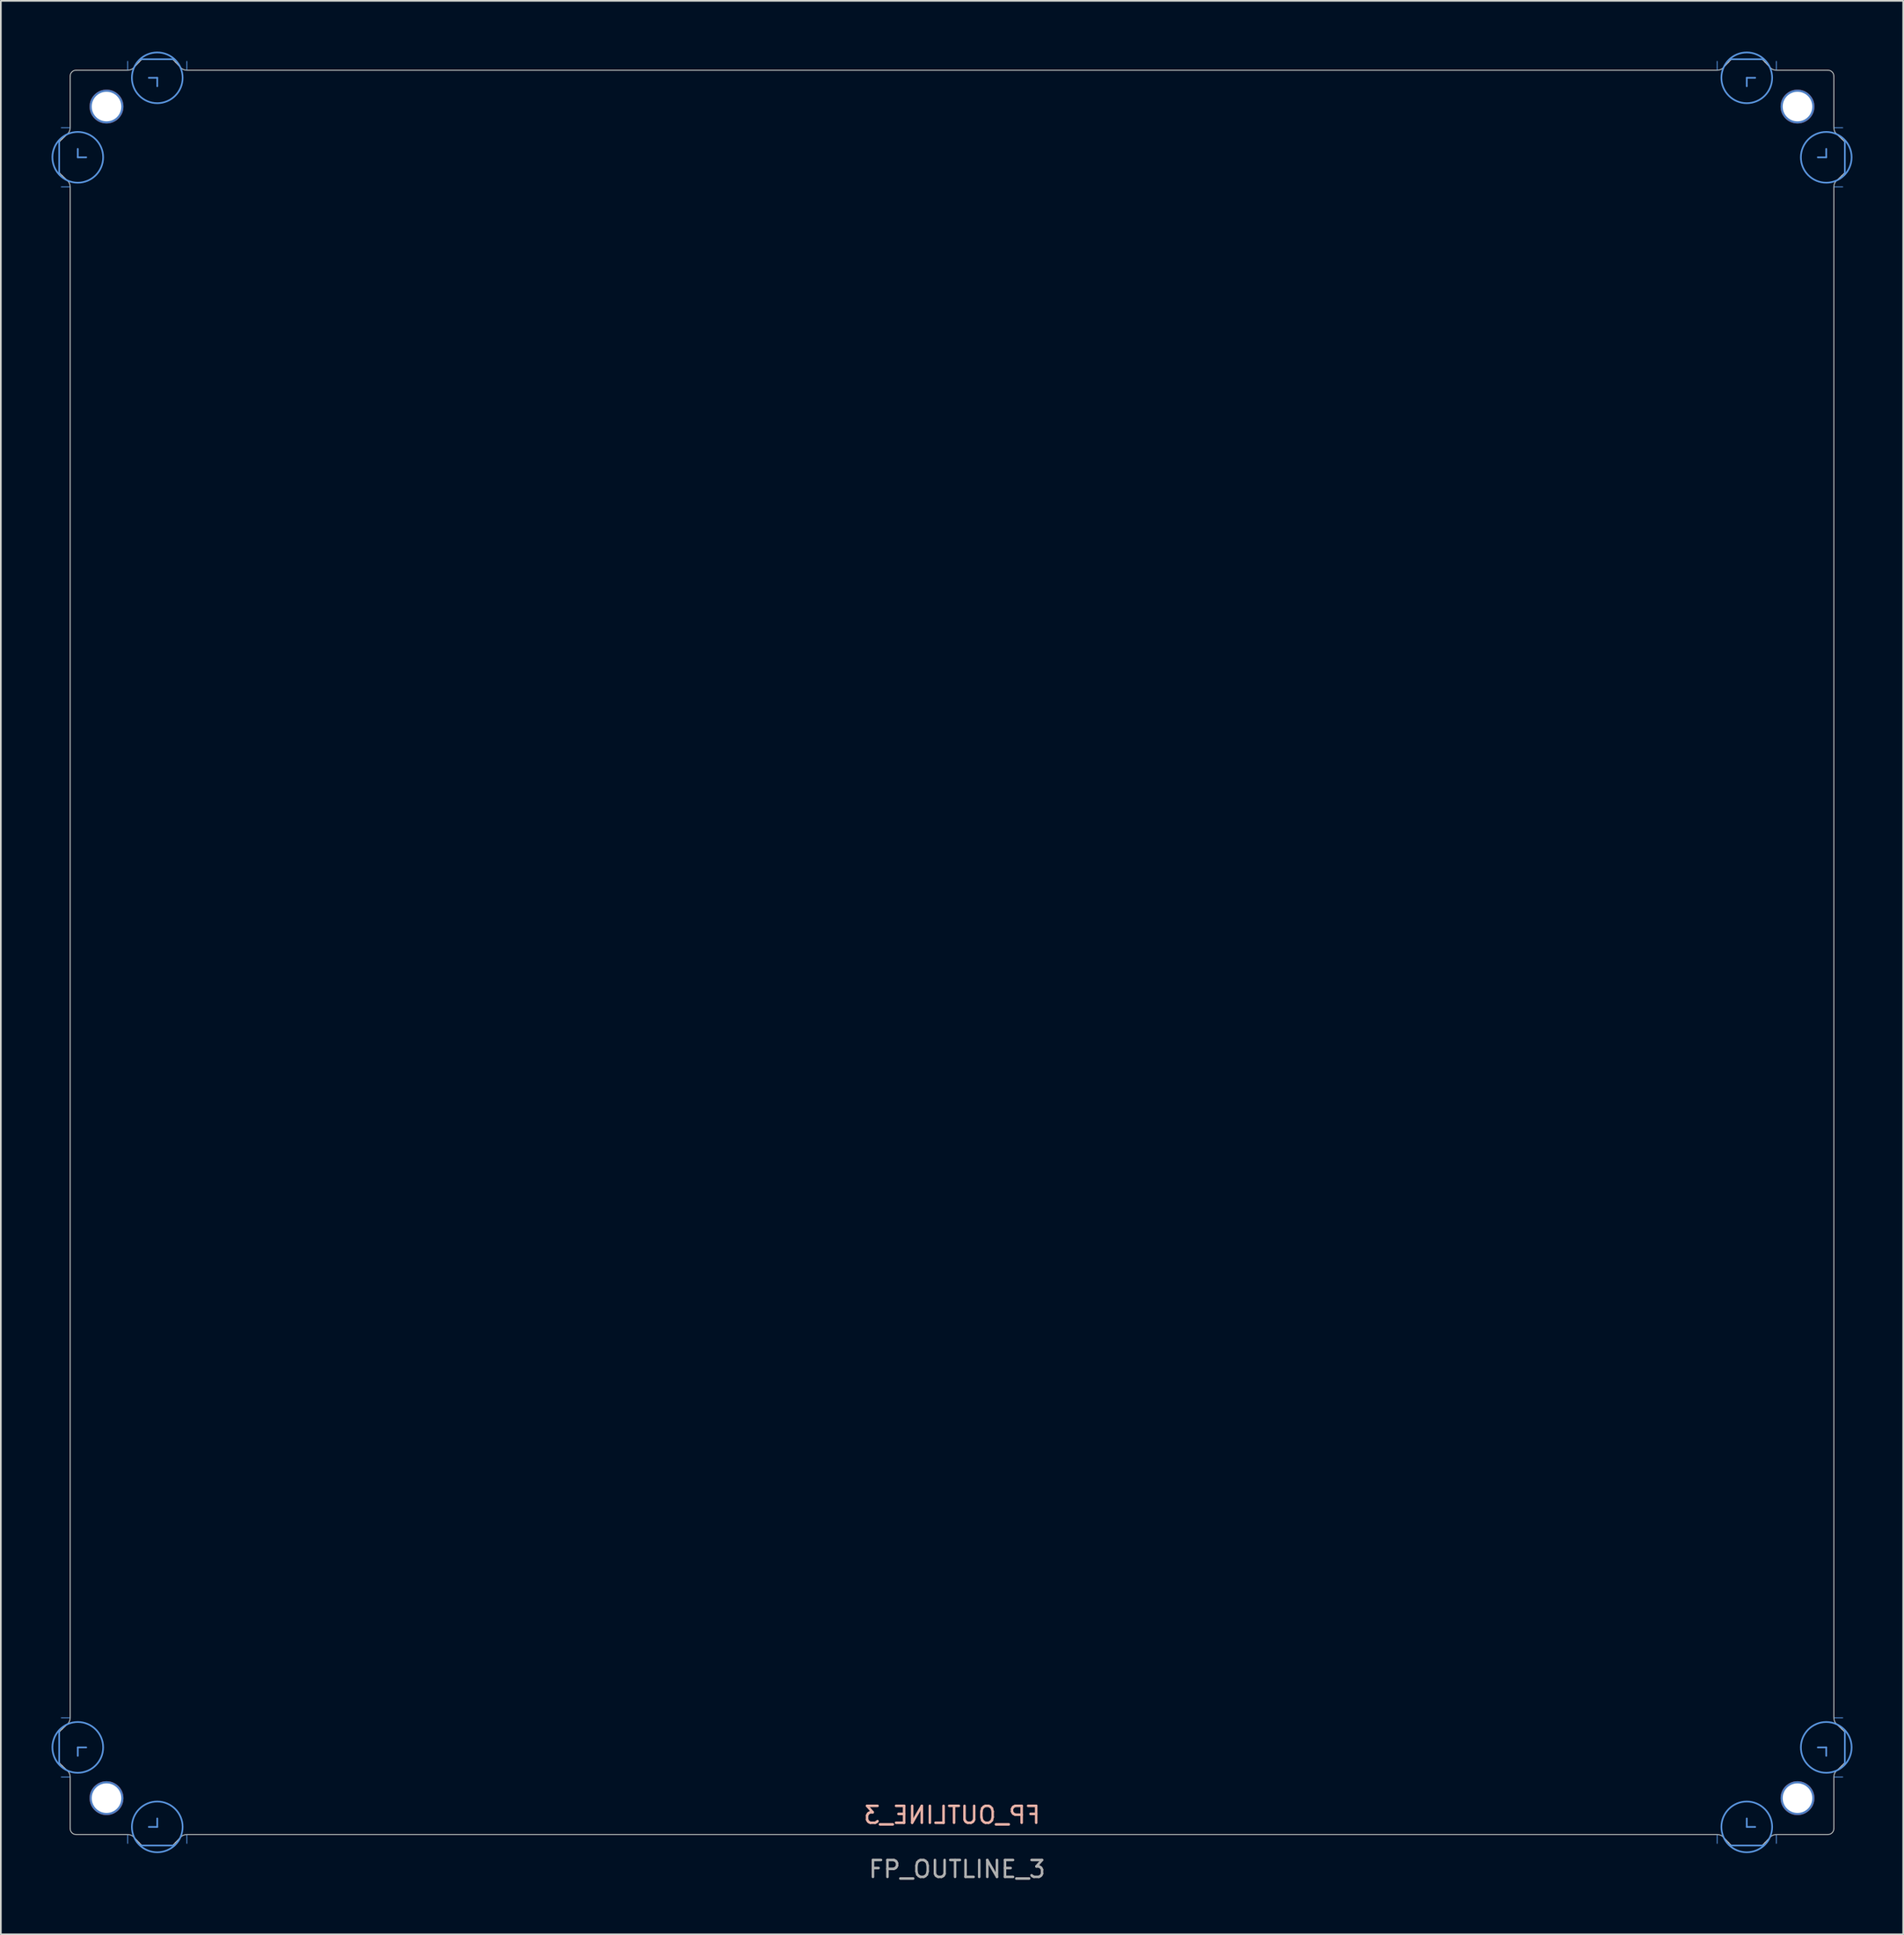
<source format=kicad_pcb>
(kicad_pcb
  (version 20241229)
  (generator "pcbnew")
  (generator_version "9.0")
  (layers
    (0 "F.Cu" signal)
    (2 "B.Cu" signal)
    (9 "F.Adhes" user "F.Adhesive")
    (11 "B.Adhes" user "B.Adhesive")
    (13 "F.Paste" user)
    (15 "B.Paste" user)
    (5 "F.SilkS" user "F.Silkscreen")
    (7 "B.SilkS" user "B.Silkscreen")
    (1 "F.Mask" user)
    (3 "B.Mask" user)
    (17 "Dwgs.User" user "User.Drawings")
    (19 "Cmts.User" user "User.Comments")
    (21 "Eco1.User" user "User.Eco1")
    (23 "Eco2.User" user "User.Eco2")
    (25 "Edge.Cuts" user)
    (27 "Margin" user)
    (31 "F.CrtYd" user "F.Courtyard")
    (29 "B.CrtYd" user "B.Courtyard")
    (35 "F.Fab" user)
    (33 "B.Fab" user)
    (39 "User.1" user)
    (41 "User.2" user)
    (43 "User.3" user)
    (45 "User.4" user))
  (footprint "FP_OUTLINE_3"
    (layer "F.Cu")
    (at 53.25 53.25)
    (property "Reference" "FP_OUTLINE_3" (at 0 51 0) (layer "B.SilkS") (effects (font (size 1 1) (thickness 0.15)) (justify mirror)))
    (attr exclude_from_pos_files exclude_from_bom)
    (fp_line (start -52.8 -46) (end -52.8 -48) (stroke (width 0.1) (type default)) (layer "Cmts.User"))
    (fp_line (start -52.8 46) (end -52.8 48) (stroke (width 0.1) (type default)) (layer "Cmts.User"))
    (fp_line (start -52.175 -48.75) (end -52.675 -48.75) (stroke (width 0.05) (type default)) (layer "Cmts.User"))
    (fp_line (start -52.175 -45.25) (end -52.675 -45.25) (stroke (width 0.05) (type default)) (layer "Cmts.User"))
    (fp_line (start -52.175 45.25) (end -52.675 45.25) (stroke (width 0.05) (type default)) (layer "Cmts.User"))
    (fp_line (start -52.175 48.75) (end -52.675 48.75) (stroke (width 0.05) (type default)) (layer "Cmts.User"))
    (fp_line (start -51.7 -47) (end -51.7 -47.5) (stroke (width 0.1) (type default)) (layer "Cmts.User"))
    (fp_line (start -51.7 -47) (end -51.2 -47) (stroke (width 0.1) (type default)) (layer "Cmts.User"))
    (fp_line (start -51.7 47) (end -51.7 47.5) (stroke (width 0.1) (type default)) (layer "Cmts.User"))
    (fp_line (start -51.7 47) (end -51.2 47) (stroke (width 0.1) (type default)) (layer "Cmts.User"))
    (fp_line (start -48.75 -52.175) (end -48.75 -52.675) (stroke (width 0.05) (type default)) (layer "Cmts.User"))
    (fp_line (start -48.75 52.175) (end -48.75 52.675) (stroke (width 0.05) (type default)) (layer "Cmts.User"))
    (fp_line (start -47 -51.7) (end -47.5 -51.7) (stroke (width 0.1) (type default)) (layer "Cmts.User"))
    (fp_line (start -47 -51.7) (end -47 -51.2) (stroke (width 0.1) (type default)) (layer "Cmts.User"))
    (fp_line (start -47 51.7) (end -47.5 51.7) (stroke (width 0.1) (type default)) (layer "Cmts.User"))
    (fp_line (start -47 51.7) (end -47 51.2) (stroke (width 0.1) (type default)) (layer "Cmts.User"))
    (fp_line (start -46 -52.8) (end -48 -52.8) (stroke (width 0.1) (type default)) (layer "Cmts.User"))
    (fp_line (start -46 52.8) (end -48 52.8) (stroke (width 0.1) (type default)) (layer "Cmts.User"))
    (fp_line (start -45.25 -52.175) (end -45.25 -52.675) (stroke (width 0.05) (type default)) (layer "Cmts.User"))
    (fp_line (start -45.25 52.175) (end -45.25 52.675) (stroke (width 0.05) (type default)) (layer "Cmts.User"))
    (fp_line (start 45.25 -52.175) (end 45.25 -52.675) (stroke (width 0.05) (type default)) (layer "Cmts.User"))
    (fp_line (start 45.25 52.175) (end 45.25 52.675) (stroke (width 0.05) (type default)) (layer "Cmts.User"))
    (fp_line (start 46 -52.8) (end 48 -52.8) (stroke (width 0.1) (type default)) (layer "Cmts.User"))
    (fp_line (start 46 52.8) (end 48 52.8) (stroke (width 0.1) (type default)) (layer "Cmts.User"))
    (fp_line (start 47 -51.7) (end 47 -51.2) (stroke (width 0.1) (type default)) (layer "Cmts.User"))
    (fp_line (start 47 -51.7) (end 47.5 -51.7) (stroke (width 0.1) (type default)) (layer "Cmts.User"))
    (fp_line (start 47 51.7) (end 47 51.2) (stroke (width 0.1) (type default)) (layer "Cmts.User"))
    (fp_line (start 47 51.7) (end 47.5 51.7) (stroke (width 0.1) (type default)) (layer "Cmts.User"))
    (fp_line (start 48.75 -52.175) (end 48.75 -52.675) (stroke (width 0.05) (type default)) (layer "Cmts.User"))
    (fp_line (start 48.75 52.175) (end 48.75 52.675) (stroke (width 0.05) (type default)) (layer "Cmts.User"))
    (fp_line (start 51.7 -47) (end 51.2 -47) (stroke (width 0.1) (type default)) (layer "Cmts.User"))
    (fp_line (start 51.7 -47) (end 51.7 -47.5) (stroke (width 0.1) (type default)) (layer "Cmts.User"))
    (fp_line (start 51.7 47) (end 51.2 47) (stroke (width 0.1) (type default)) (layer "Cmts.User"))
    (fp_line (start 51.7 47) (end 51.7 47.5) (stroke (width 0.1) (type default)) (layer "Cmts.User"))
    (fp_line (start 52.175 -48.75) (end 52.675 -48.75) (stroke (width 0.05) (type default)) (layer "Cmts.User"))
    (fp_line (start 52.175 -45.25) (end 52.675 -45.25) (stroke (width 0.05) (type default)) (layer "Cmts.User"))
    (fp_line (start 52.175 45.25) (end 52.675 45.25) (stroke (width 0.05) (type default)) (layer "Cmts.User"))
    (fp_line (start 52.175 48.75) (end 52.675 48.75) (stroke (width 0.05) (type default)) (layer "Cmts.User"))
    (fp_line (start 52.8 -46) (end 52.8 -48) (stroke (width 0.1) (type default)) (layer "Cmts.User"))
    (fp_line (start 52.8 46) (end 52.8 48) (stroke (width 0.1) (type default)) (layer "Cmts.User"))
    (fp_circle (center -51.7 -47) (end -51.7 -48.5) (stroke (width 0.1) (type default)) (fill no) (layer "Cmts.User"))
    (fp_circle (center -51.7 47) (end -51.7 48.5) (stroke (width 0.1) (type default)) (fill no) (layer "Cmts.User"))
    (fp_circle (center -47 -51.7) (end -48.5 -51.7) (stroke (width 0.1) (type default)) (fill no) (layer "Cmts.User"))
    (fp_circle (center -47 51.7) (end -48.5 51.7) (stroke (width 0.1) (type default)) (fill no) (layer "Cmts.User"))
    (fp_circle (center 47 -51.7) (end 48.5 -51.7) (stroke (width 0.1) (type default)) (fill no) (layer "Cmts.User"))
    (fp_circle (center 47 51.7) (end 48.5 51.7) (stroke (width 0.1) (type default)) (fill no) (layer "Cmts.User"))
    (fp_circle (center 51.7 -47) (end 51.7 -48.5) (stroke (width 0.1) (type default)) (fill no) (layer "Cmts.User"))
    (fp_circle (center 51.7 47) (end 51.7 48.5) (stroke (width 0.1) (type default)) (fill no) (layer "Cmts.User"))
    (fp_line (start -52.8 -46.1) (end -52.8 -47.9) (stroke (width 0.05) (type solid)) (layer "Edge.Cuts"))
    (fp_line (start -52.8 46.1) (end -52.8 47.9) (stroke (width 0.05) (type solid)) (layer "Edge.Cuts"))
    (fp_line (start -52.627 -48.077) (end -52.266 -48.421) (stroke (width 0.05) (type default)) (layer "Edge.Cuts"))
    (fp_line (start -52.627 -45.923) (end -52.266 -45.579) (stroke (width 0.05) (type default)) (layer "Edge.Cuts"))
    (fp_line (start -52.627 45.923) (end -52.266 45.579) (stroke (width 0.05) (type default)) (layer "Edge.Cuts"))
    (fp_line (start -52.627 48.077) (end -52.266 48.421) (stroke (width 0.05) (type default)) (layer "Edge.Cuts"))
    (fp_line (start -52.15 -48.75) (end -52.15 -51.8) (stroke (width 0.05) (type default)) (layer "Edge.Cuts"))
    (fp_line (start -52.15 45.25) (end -52.15 -45.25) (stroke (width 0.05) (type default)) (layer "Edge.Cuts"))
    (fp_line (start -52.15 48.75) (end -52.15 51.8) (stroke (width 0.05) (type default)) (layer "Edge.Cuts"))
    (fp_line (start -48.75 -52.15) (end -51.8 -52.15) (stroke (width 0.05) (type default)) (layer "Edge.Cuts"))
    (fp_line (start -48.75 52.15) (end -51.8 52.15) (stroke (width 0.05) (type default)) (layer "Edge.Cuts"))
    (fp_line (start -48.077 -52.627) (end -48.421 -52.266) (stroke (width 0.05) (type default)) (layer "Edge.Cuts"))
    (fp_line (start -48.077 52.627) (end -48.421 52.266) (stroke (width 0.05) (type default)) (layer "Edge.Cuts"))
    (fp_line (start -46.1 -52.8) (end -47.9 -52.8) (stroke (width 0.05) (type solid)) (layer "Edge.Cuts"))
    (fp_line (start -46.1 52.8) (end -47.9 52.8) (stroke (width 0.05) (type solid)) (layer "Edge.Cuts"))
    (fp_line (start -45.923 -52.627) (end -45.579 -52.266) (stroke (width 0.05) (type default)) (layer "Edge.Cuts"))
    (fp_line (start -45.923 52.627) (end -45.579 52.266) (stroke (width 0.05) (type default)) (layer "Edge.Cuts"))
    (fp_line (start -45.25 -52.15) (end 45.25 -52.15) (stroke (width 0.05) (type default)) (layer "Edge.Cuts"))
    (fp_line (start 45.25 52.15) (end -45.25 52.15) (stroke (width 0.05) (type default)) (layer "Edge.Cuts"))
    (fp_line (start 45.923 -52.627) (end 45.579 -52.266) (stroke (width 0.05) (type default)) (layer "Edge.Cuts"))
    (fp_line (start 45.923 52.627) (end 45.579 52.266) (stroke (width 0.05) (type default)) (layer "Edge.Cuts"))
    (fp_line (start 46.1 -52.8) (end 47.9 -52.8) (stroke (width 0.05) (type solid)) (layer "Edge.Cuts"))
    (fp_line (start 46.1 52.8) (end 47.9 52.8) (stroke (width 0.05) (type solid)) (layer "Edge.Cuts"))
    (fp_line (start 48.077 52.627) (end 48.421 52.266) (stroke (width 0.05) (type default)) (layer "Edge.Cuts"))
    (fp_line (start 48.077 -52.627) (end 48.421 -52.266) (stroke (width 0.05) (type default)) (layer "Edge.Cuts"))
    (fp_line (start 48.75 -52.15) (end 51.8 -52.15) (stroke (width 0.05) (type default)) (layer "Edge.Cuts"))
    (fp_line (start 48.75 52.15) (end 51.8 52.15) (stroke (width 0.05) (type default)) (layer "Edge.Cuts"))
    (fp_line (start 52.15 -48.75) (end 52.15 -51.8) (stroke (width 0.05) (type default)) (layer "Edge.Cuts"))
    (fp_line (start 52.15 -45.25) (end 52.15 45.25) (stroke (width 0.05) (type default)) (layer "Edge.Cuts"))
    (fp_line (start 52.15 48.75) (end 52.15 51.8) (stroke (width 0.05) (type default)) (layer "Edge.Cuts"))
    (fp_line (start 52.627 -48.077) (end 52.266 -48.421) (stroke (width 0.05) (type default)) (layer "Edge.Cuts"))
    (fp_line (start 52.627 -45.923) (end 52.266 -45.579) (stroke (width 0.05) (type default)) (layer "Edge.Cuts"))
    (fp_line (start 52.627 45.923) (end 52.266 45.579) (stroke (width 0.05) (type default)) (layer "Edge.Cuts"))
    (fp_line (start 52.627 48.077) (end 52.266 48.421) (stroke (width 0.05) (type default)) (layer "Edge.Cuts"))
    (fp_line (start 52.8 -46.1) (end 52.8 -47.9) (stroke (width 0.05) (type solid)) (layer "Edge.Cuts"))
    (fp_line (start 52.8 46.1) (end 52.8 47.9) (stroke (width 0.05) (type solid)) (layer "Edge.Cuts"))
    (fp_line (start 52.8 47.9) (end 52.627 48.077) (stroke (width 0.05) (type default)) (layer "Edge.Cuts"))
    (fp_arc (start -52.799999 -47.899999) (mid -52.717353 -47.992466) (end -52.62696 -48.077377) (stroke (width 0.05) (type default)) (layer "Edge.Cuts"))
    (fp_arc (start -52.799999 46.100001) (mid -52.717353 46.007534) (end -52.62696 45.922623) (stroke (width 0.05) (type default)) (layer "Edge.Cuts"))
    (fp_arc (start -52.62696 -45.922623) (mid -52.717353 -46.007534) (end -52.799999 -46.100001) (stroke (width 0.05) (type default)) (layer "Edge.Cuts"))
    (fp_arc (start -52.62696 48.077377) (mid -52.717353 47.992466) (end -52.799999 47.899999) (stroke (width 0.05) (type default)) (layer "Edge.Cuts"))
    (fp_arc (start -52.265506 -45.578542) (mid -52.179718 -45.424127) (end -52.15 -45.25) (stroke (width 0.05) (type default)) (layer "Edge.Cuts"))
    (fp_arc (start -52.265506 48.421458) (mid -52.179718 48.575873) (end -52.15 48.75) (stroke (width 0.05) (type default)) (layer "Edge.Cuts"))
    (fp_arc (start -52.15 -51.8) (mid -52.047488 -52.047488) (end -51.8 -52.15) (stroke (width 0.05) (type default)) (layer "Edge.Cuts"))
    (fp_arc (start -52.15 -48.75) (mid -52.179717 -48.575872) (end -52.265506 -48.421458) (stroke (width 0.05) (type default)) (layer "Edge.Cuts"))
    (fp_arc (start -52.15 45.25) (mid -52.179717 45.424128) (end -52.265506 45.578542) (stroke (width 0.05) (type default)) (layer "Edge.Cuts"))
    (fp_arc (start -51.8 52.15) (mid -52.047488 52.047488) (end -52.15 51.8) (stroke (width 0.05) (type default)) (layer "Edge.Cuts"))
    (fp_arc (start -48.75 52.15) (mid -48.575872 52.179717) (end -48.421458 52.265506) (stroke (width 0.05) (type default)) (layer "Edge.Cuts"))
    (fp_arc (start -48.421458 -52.265506) (mid -48.575873 -52.179718) (end -48.75 -52.15) (stroke (width 0.05) (type default)) (layer "Edge.Cuts"))
    (fp_arc (start -48.077377 -52.62696) (mid -47.992466 -52.717353) (end -47.899999 -52.799999) (stroke (width 0.05) (type default)) (layer "Edge.Cuts"))
    (fp_arc (start -47.899999 52.799999) (mid -47.992466 52.717353) (end -48.077377 52.62696) (stroke (width 0.05) (type default)) (layer "Edge.Cuts"))
    (fp_arc (start -46.100001 -52.799999) (mid -46.007534 -52.717353) (end -45.922623 -52.62696) (stroke (width 0.05) (type default)) (layer "Edge.Cuts"))
    (fp_arc (start -45.922623 52.62696) (mid -46.007534 52.717353) (end -46.100001 52.799999) (stroke (width 0.05) (type default)) (layer "Edge.Cuts"))
    (fp_arc (start -45.578542 52.265506) (mid -45.424127 52.179718) (end -45.25 52.15) (stroke (width 0.05) (type default)) (layer "Edge.Cuts"))
    (fp_arc (start -45.25 -52.15) (mid -45.424128 -52.179717) (end -45.578542 -52.265506) (stroke (width 0.05) (type default)) (layer "Edge.Cuts"))
    (fp_arc (start 45.25 52.15) (mid 45.424127 52.179718) (end 45.578542 52.265506) (stroke (width 0.05) (type default)) (layer "Edge.Cuts"))
    (fp_arc (start 45.578542 -52.265506) (mid 45.424128 -52.179717) (end 45.25 -52.15) (stroke (width 0.05) (type default)) (layer "Edge.Cuts"))
    (fp_arc (start 45.922623 -52.62696) (mid 46.007534 -52.717353) (end 46.100001 -52.799999) (stroke (width 0.05) (type default)) (layer "Edge.Cuts"))
    (fp_arc (start 46.099996 52.799994) (mid 46.007529 52.717348) (end 45.922618 52.626955) (stroke (width 0.05) (type default)) (layer "Edge.Cuts"))
    (fp_arc (start 47.900001 -52.799999) (mid 47.992468 -52.717353) (end 48.077379 -52.62696) (stroke (width 0.05) (type default)) (layer "Edge.Cuts"))
    (fp_arc (start 48.077377 52.62696) (mid 47.992466 52.717353) (end 47.899999 52.799999) (stroke (width 0.05) (type default)) (layer "Edge.Cuts"))
    (fp_arc (start 48.421458 52.265507) (mid 48.575872 52.179718) (end 48.75 52.150001) (stroke (width 0.05) (type default)) (layer "Edge.Cuts"))
    (fp_arc (start 48.750002 -52.15) (mid 48.575874 -52.179717) (end 48.42146 -52.265506) (stroke (width 0.05) (type default)) (layer "Edge.Cuts"))
    (fp_arc (start 51.8 -52.15) (mid 52.047487 -52.047487) (end 52.15 -51.8) (stroke (width 0.05) (type default)) (layer "Edge.Cuts"))
    (fp_arc (start 52.15 -45.25) (mid 52.179717 -45.424128) (end 52.265506 -45.578542) (stroke (width 0.05) (type default)) (layer "Edge.Cuts"))
    (fp_arc (start 52.15 48.75) (mid 52.179718 48.575873) (end 52.265506 48.421458) (stroke (width 0.05) (type default)) (layer "Edge.Cuts"))
    (fp_arc (start 52.15 51.8) (mid 52.047487 52.047487) (end 51.8 52.15) (stroke (width 0.05) (type default)) (layer "Edge.Cuts"))
    (fp_arc (start 52.265506 -48.421461) (mid 52.179717 -48.575875) (end 52.15 -48.750003) (stroke (width 0.05) (type default)) (layer "Edge.Cuts"))
    (fp_arc (start 52.265506 45.578542) (mid 52.179717 45.424128) (end 52.15 45.25) (stroke (width 0.05) (type default)) (layer "Edge.Cuts"))
    (fp_arc (start 52.62696 -48.07738) (mid 52.717353 -47.992469) (end 52.799999 -47.900002) (stroke (width 0.05) (type default)) (layer "Edge.Cuts"))
    (fp_arc (start 52.62696 45.922623) (mid 52.717353 46.007534) (end 52.799999 46.100001) (stroke (width 0.05) (type default)) (layer "Edge.Cuts"))
    (fp_arc (start 52.799999 -46.100001) (mid 52.717353 -46.007534) (end 52.62696 -45.922623) (stroke (width 0.05) (type default)) (layer "Edge.Cuts"))
    (fp_text user "${REFERENCE}" (at 0.3 54.2 0) (layer "F.Fab") (effects (font (size 1 1) (thickness 0.15))))
    (pad "1" thru_hole circle (at -50 -50) (size 2 2) (drill 1.75) (layers "*.Cu" "*.Mask"))
    (pad "1" thru_hole circle (at -50 50) (size 2 2) (drill 1.75) (layers "*.Cu" "*.Mask"))
    (pad "1" thru_hole circle (at 50 -50) (size 2 2) (drill 1.75) (layers "*.Cu" "*.Mask"))
    (pad "1" thru_hole circle (at 50 50) (size 2 2) (drill 1.75) (layers "*.Cu" "*.Mask")))
  (gr_rect
    (start -3 -3)
    (end 109.5 111.298)
    (stroke (width 0.1) (type default))
    (fill no)
    (layer "Edge.Cuts")))
</source>
